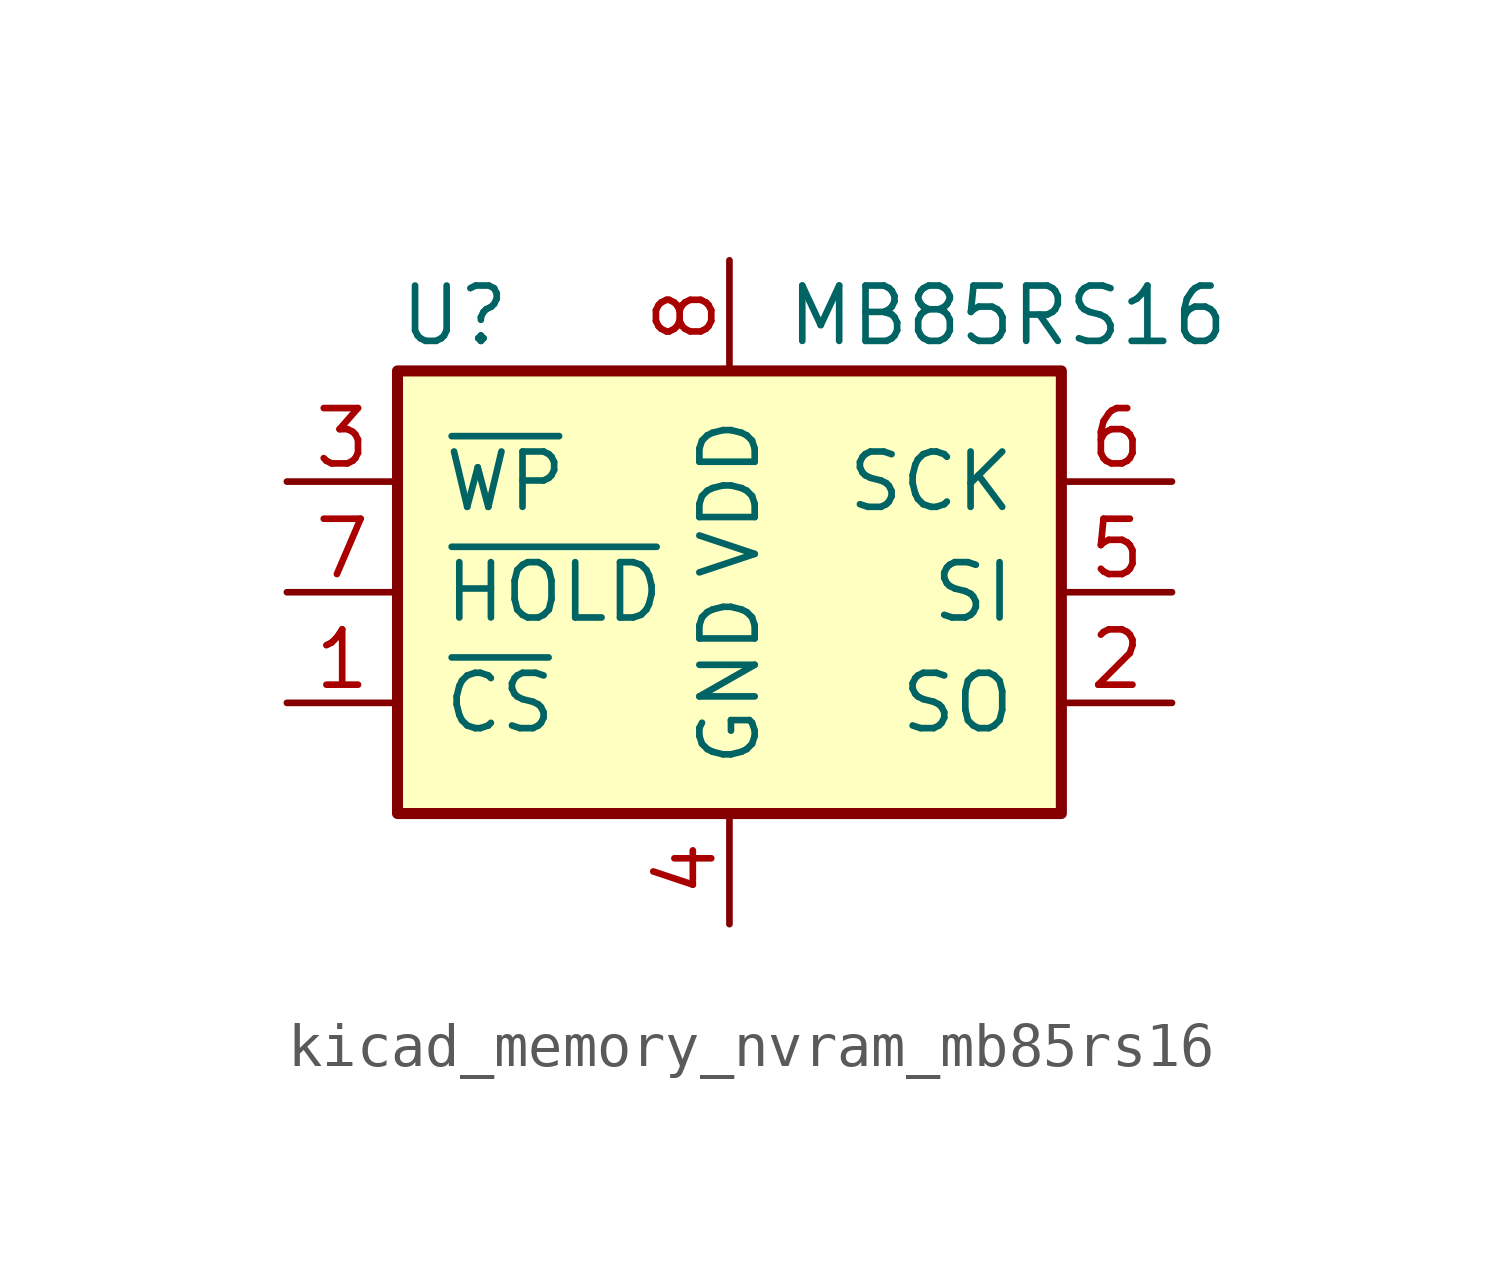
<source format=kicad_sym>
(kicad_symbol_lib
  (version 20220914)
  (generator kicad_symbol_editor)
  (symbol "kicad_memory_nvram_mb85rs16"
    (pin_names
      (offset 1.016))
    (property "Reference" "U"
      (at -7.62 6.35 0)
      (effects (font (size 1.27 1.27)) (justify left)))
    (property "Value" "MB85RS16"
      (at 1.27 6.35 0)
      (effects (font (size 1.27 1.27)) (justify left)))
    (symbol "kicad_memory_nvram_mb85rs16_0_1"
      (rectangle (start -7.62 5.08) (end 7.62 -5.08) (stroke (width 0.254) (type default)) (fill (type background))))
    (symbol "kicad_memory_nvram_mb85rs16_1_1"
      (pin input line (at -10.16 -2.54 0) (length 2.54) (name "~{CS}" (effects (font (size 1.27 1.27)))) (number "1" (effects (font (size 1.27 1.27)))))
      (pin output line (at 10.16 -2.54 180) (length 2.54) (name "SO" (effects (font (size 1.27 1.27)))) (number "2" (effects (font (size 1.27 1.27)))))
      (pin input line (at -10.16 2.54 0) (length 2.54) (name "~{WP}" (effects (font (size 1.27 1.27)))) (number "3" (effects (font (size 1.27 1.27)))))
      (pin power_in line (at 0 -7.62 90) (length 2.54) (name "GND" (effects (font (size 1.27 1.27)))) (number "4" (effects (font (size 1.27 1.27)))))
      (pin input line (at 10.16 0 180) (length 2.54) (name "SI" (effects (font (size 1.27 1.27)))) (number "5" (effects (font (size 1.27 1.27)))))
      (pin input line (at 10.16 2.54 180) (length 2.54) (name "SCK" (effects (font (size 1.27 1.27)))) (number "6" (effects (font (size 1.27 1.27)))))
      (pin input line (at -10.16 0 0) (length 2.54) (name "~{HOLD}" (effects (font (size 1.27 1.27)))) (number "7" (effects (font (size 1.27 1.27)))))
      (pin power_in line (at 0 7.62 270) (length 2.54) (name "VDD" (effects (font (size 1.27 1.27)))) (number "8" (effects (font (size 1.27 1.27))))))))
</source>
